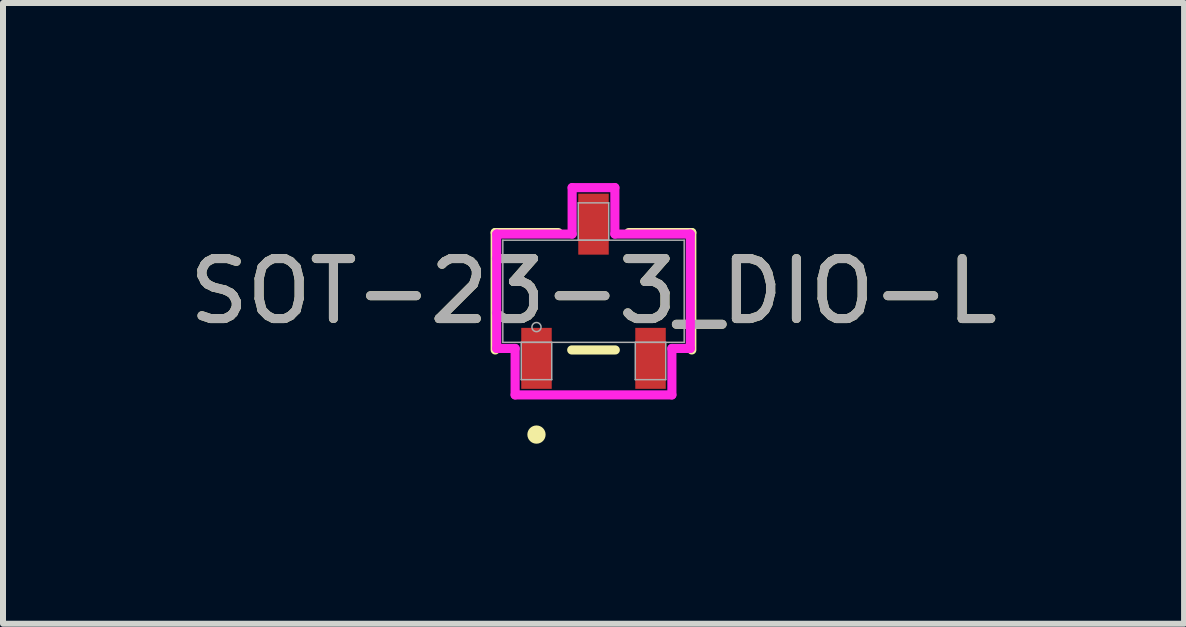
<source format=kicad_pcb>
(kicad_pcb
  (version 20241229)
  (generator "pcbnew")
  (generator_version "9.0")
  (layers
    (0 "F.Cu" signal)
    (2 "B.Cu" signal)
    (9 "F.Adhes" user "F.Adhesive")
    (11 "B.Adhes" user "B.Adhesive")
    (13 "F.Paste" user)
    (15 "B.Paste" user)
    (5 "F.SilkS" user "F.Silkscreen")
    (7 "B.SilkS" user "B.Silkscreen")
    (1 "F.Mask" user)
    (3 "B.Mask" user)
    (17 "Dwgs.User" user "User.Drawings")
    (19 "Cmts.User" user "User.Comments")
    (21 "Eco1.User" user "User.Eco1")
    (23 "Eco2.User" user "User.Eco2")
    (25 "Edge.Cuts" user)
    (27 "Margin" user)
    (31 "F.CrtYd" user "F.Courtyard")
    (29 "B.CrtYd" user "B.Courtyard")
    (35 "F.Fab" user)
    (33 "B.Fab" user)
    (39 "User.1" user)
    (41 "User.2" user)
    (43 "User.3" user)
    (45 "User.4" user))
  (footprint "SOT-23-3_DIO-L"
    (layer "F.Cu")
    (at 6.839 1.803)
    (property "Reference" "SOT-23-3_DIO-L" (at 0 0 0) (unlocked yes) (layer "F.SilkS") (effects (font (size 1 1) (thickness 0.15))))
    (attr smd)
    (fp_line (start -1.638 -0.978) (end -1.638 0.978) (stroke (width 0.152) (type solid)) (layer "F.SilkS"))
    (fp_line (start -0.587 -0.978) (end -1.638 -0.978) (stroke (width 0.152) (type solid)) (layer "F.SilkS"))
    (fp_line (start -0.363 0.978) (end 0.363 0.978) (stroke (width 0.152) (type solid)) (layer "F.SilkS"))
    (fp_line (start 1.638 -0.978) (end 0.587 -0.978) (stroke (width 0.152) (type solid)) (layer "F.SilkS"))
    (fp_line (start 1.638 0.978) (end 1.638 -0.978) (stroke (width 0.152) (type solid)) (layer "F.SilkS"))
    (fp_circle (center -0.95 2.388) (end -0.874 2.388) (stroke (width 0.152) (type solid)) (fill no) (layer "F.SilkS"))
    (fp_line (start -1.613 -0.953) (end -0.356 -0.953) (stroke (width 0.152) (type solid)) (layer "F.CrtYd"))
    (fp_line (start -1.613 0.953) (end -1.613 -0.953) (stroke (width 0.152) (type solid)) (layer "F.CrtYd"))
    (fp_line (start -1.613 0.953) (end -1.306 0.953) (stroke (width 0.152) (type solid)) (layer "F.CrtYd"))
    (fp_line (start -1.306 0.953) (end -1.306 1.727) (stroke (width 0.152) (type solid)) (layer "F.CrtYd"))
    (fp_line (start -1.306 1.727) (end 1.306 1.727) (stroke (width 0.152) (type solid)) (layer "F.CrtYd"))
    (fp_line (start -0.356 -1.727) (end 0.356 -1.727) (stroke (width 0.152) (type solid)) (layer "F.CrtYd"))
    (fp_line (start -0.356 -0.953) (end -0.356 -1.727) (stroke (width 0.152) (type solid)) (layer "F.CrtYd"))
    (fp_line (start 0.356 -0.953) (end 0.356 -1.727) (stroke (width 0.152) (type solid)) (layer "F.CrtYd"))
    (fp_line (start 1.306 0.953) (end 1.306 1.727) (stroke (width 0.152) (type solid)) (layer "F.CrtYd"))
    (fp_line (start 1.613 -0.953) (end 0.356 -0.953) (stroke (width 0.152) (type solid)) (layer "F.CrtYd"))
    (fp_line (start 1.613 -0.953) (end 1.613 0.953) (stroke (width 0.152) (type solid)) (layer "F.CrtYd"))
    (fp_line (start 1.613 0.953) (end 1.306 0.953) (stroke (width 0.152) (type solid)) (layer "F.CrtYd"))
    (fp_line (start -1.511 -0.851) (end -1.511 0.851) (stroke (width 0.025) (type solid)) (layer "F.Fab"))
    (fp_line (start -1.511 0.851) (end 1.511 0.851) (stroke (width 0.025) (type solid)) (layer "F.Fab"))
    (fp_line (start -1.204 0.851) (end -1.204 1.473) (stroke (width 0.025) (type solid)) (layer "F.Fab"))
    (fp_line (start -1.204 1.473) (end -0.696 1.473) (stroke (width 0.025) (type solid)) (layer "F.Fab"))
    (fp_line (start -0.696 0.851) (end -1.204 0.851) (stroke (width 0.025) (type solid)) (layer "F.Fab"))
    (fp_line (start -0.696 1.473) (end -0.696 0.851) (stroke (width 0.025) (type solid)) (layer "F.Fab"))
    (fp_line (start -0.254 -1.473) (end -0.254 -0.851) (stroke (width 0.025) (type solid)) (layer "F.Fab"))
    (fp_line (start -0.254 -0.851) (end 0.254 -0.851) (stroke (width 0.025) (type solid)) (layer "F.Fab"))
    (fp_line (start 0.254 -1.473) (end -0.254 -1.473) (stroke (width 0.025) (type solid)) (layer "F.Fab"))
    (fp_line (start 0.254 -0.851) (end 0.254 -1.473) (stroke (width 0.025) (type solid)) (layer "F.Fab"))
    (fp_line (start 0.696 0.851) (end 0.696 1.473) (stroke (width 0.025) (type solid)) (layer "F.Fab"))
    (fp_line (start 0.696 1.473) (end 1.204 1.473) (stroke (width 0.025) (type solid)) (layer "F.Fab"))
    (fp_line (start 1.204 0.851) (end 0.696 0.851) (stroke (width 0.025) (type solid)) (layer "F.Fab"))
    (fp_line (start 1.204 1.473) (end 1.204 0.851) (stroke (width 0.025) (type solid)) (layer "F.Fab"))
    (fp_line (start 1.511 -0.851) (end -1.511 -0.851) (stroke (width 0.025) (type solid)) (layer "F.Fab"))
    (fp_line (start 1.511 0.851) (end 1.511 -0.851) (stroke (width 0.025) (type solid)) (layer "F.Fab"))
    (fp_circle (center -0.95 0.597) (end -0.874 0.597) (stroke (width 0.025) (type solid)) (fill no) (layer "F.Fab"))
    (fp_text user "${REFERENCE}" (at 0 0 0) (unlocked yes) (layer "F.Fab") (effects (font (size 1 1) (thickness 0.15))))
    (pad "1" smd rect (at -0.95 1.118) (size 0.508 1.016) (layers "F.Cu" "F.Mask" "F.Paste"))
    (pad "2" smd rect (at 0.95 1.118) (size 0.508 1.016) (layers "F.Cu" "F.Mask" "F.Paste"))
    (pad "3" smd rect (at 0 -1.118) (size 0.508 1.016) (layers "F.Cu" "F.Mask" "F.Paste")))
  (gr_rect
    (start -3 -3)
    (end 16.679 7.343)
    (stroke (width 0.1) (type default))
    (fill no)
    (layer "Edge.Cuts")))
</source>
